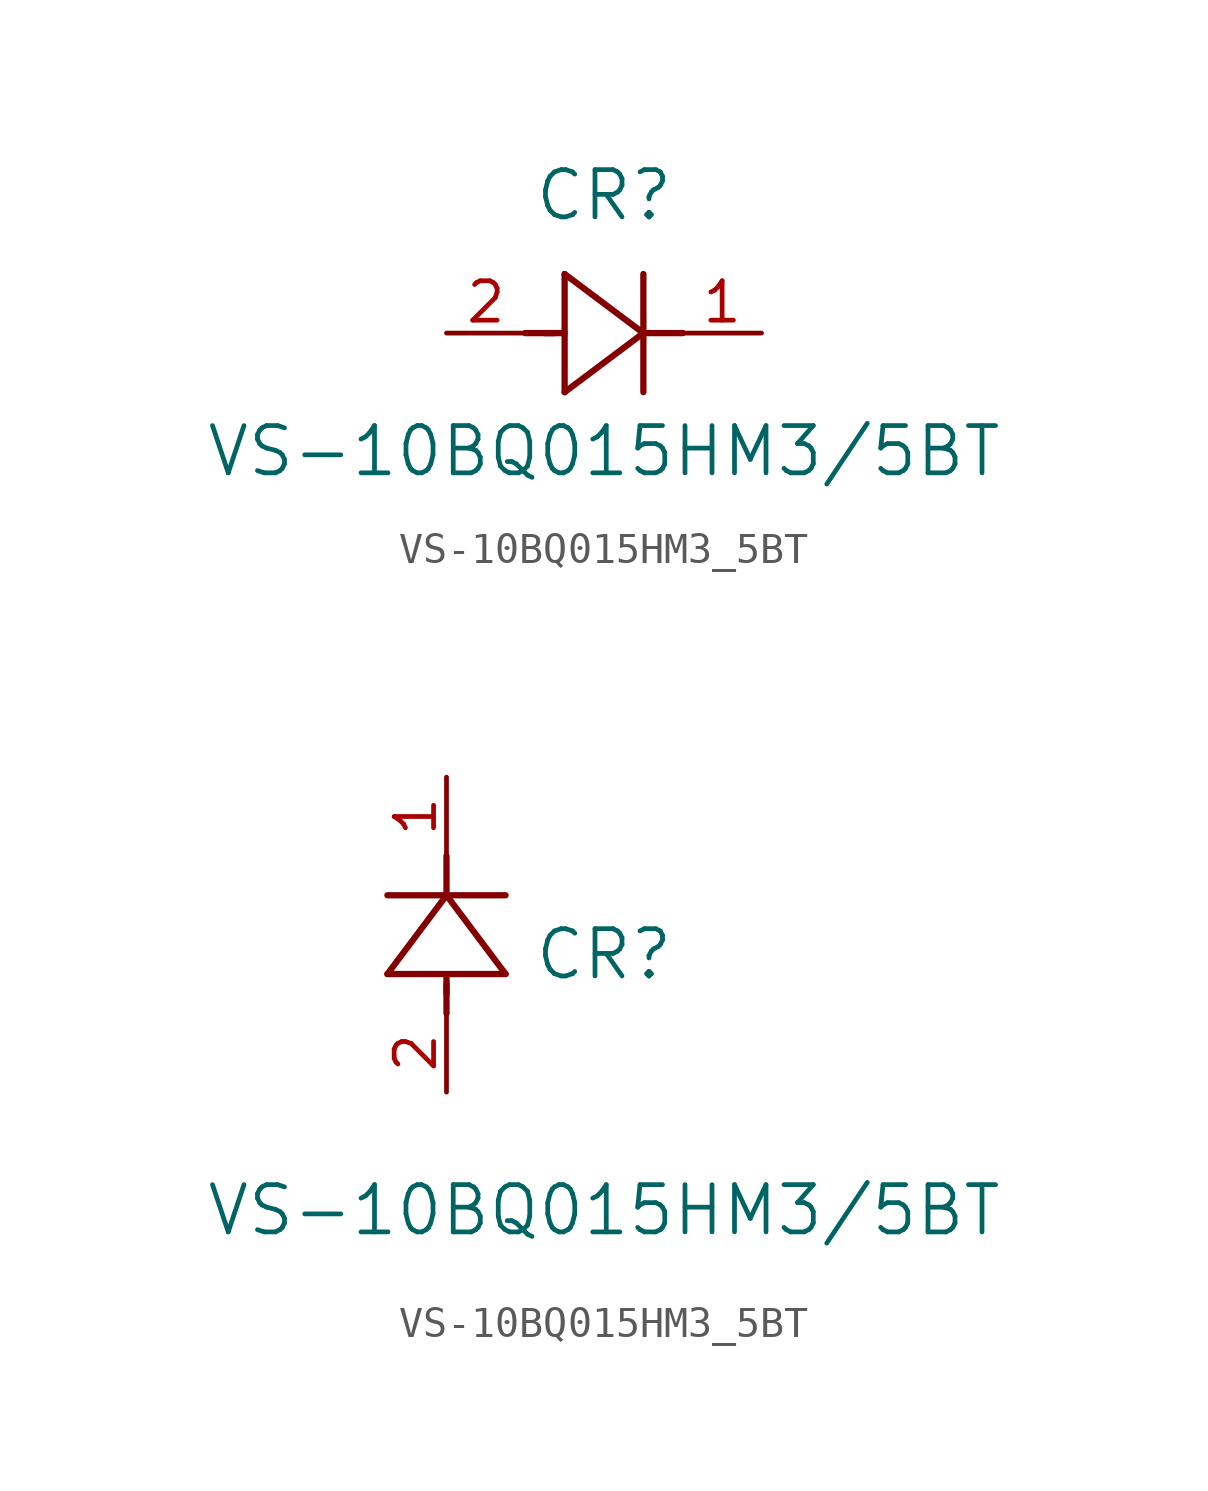
<source format=kicad_sym>
(kicad_symbol_lib
  (version 20211014)
  (generator kicad_symbol_editor)
  (symbol "VS-10BQ015HM3_5BT"
    (pin_names
      (offset 0.254))
    (property "Reference" "CR"
      (at 5.08 4.445 0)
      (effects (font (size 1.524 1.524))))
    (property "Value" "VS-10BQ015HM3/5BT"
      (at 5.08 -3.81 0)
      (effects (font (size 1.524 1.524))))
    (symbol "VS-10BQ015HM3_5BT_1_1"
      (polyline (pts (xy 2.54 0) (xy 3.48 0)) (stroke (width 0.203) (type default) (color 0 0 0 0)) (fill (type none)))
      (polyline (pts (xy 3.81 1.905) (xy 3.81 -1.905)) (stroke (width 0.203) (type default) (color 0 0 0 0)) (fill (type none)))
      (polyline (pts (xy 3.175 0) (xy 3.81 0)) (stroke (width 0.203) (type default) (color 0 0 0 0)) (fill (type none)))
      (polyline (pts (xy 6.35 -1.905) (xy 6.35 1.905)) (stroke (width 0.203) (type default) (color 0 0 0 0)) (fill (type none)))
      (polyline (pts (xy 6.35 0) (xy 7.62 0)) (stroke (width 0.203) (type default) (color 0 0 0 0)) (fill (type none)))
      (polyline (pts (xy 6.35 0) (xy 3.81 1.905)) (stroke (width 0.203) (type default) (color 0 0 0 0)) (fill (type none)))
      (polyline (pts (xy 3.81 -1.905) (xy 6.35 0)) (stroke (width 0.203) (type default) (color 0 0 0 0)) (fill (type none)))
      (pin unspecified line (at 10.16 0 180) (length 2.54) (name "" (effects (font (size 1.27 1.27)))) (number "1" (effects (font (size 1.27 1.27)))))
      (pin unspecified line (at 0 0 0) (length 2.54) (name "" (effects (font (size 1.27 1.27)))) (number "2" (effects (font (size 1.27 1.27))))))
    (symbol "VS-10BQ015HM3_5BT_1_2"
      (polyline (pts (xy 0 2.54) (xy 0 3.48)) (stroke (width 0.203) (type default) (color 0 0 0 0)) (fill (type none)))
      (polyline (pts (xy -1.905 3.81) (xy 1.905 3.81)) (stroke (width 0.203) (type default) (color 0 0 0 0)) (fill (type none)))
      (polyline (pts (xy 0 3.175) (xy 0 3.81)) (stroke (width 0.203) (type default) (color 0 0 0 0)) (fill (type none)))
      (polyline (pts (xy 1.905 6.35) (xy -1.905 6.35)) (stroke (width 0.203) (type default) (color 0 0 0 0)) (fill (type none)))
      (polyline (pts (xy 0 6.35) (xy 0 7.62)) (stroke (width 0.203) (type default) (color 0 0 0 0)) (fill (type none)))
      (polyline (pts (xy 0 6.35) (xy -1.905 3.81)) (stroke (width 0.203) (type default) (color 0 0 0 0)) (fill (type none)))
      (polyline (pts (xy 1.905 3.81) (xy 0 6.35)) (stroke (width 0.203) (type default) (color 0 0 0 0)) (fill (type none)))
      (pin unspecified line (at 0 10.16 270) (length 2.54) (name "" (effects (font (size 1.27 1.27)))) (number "1" (effects (font (size 1.27 1.27)))))
      (pin unspecified line (at 0 0 90) (length 2.54) (name "" (effects (font (size 1.27 1.27)))) (number "2" (effects (font (size 1.27 1.27))))))))
</source>
